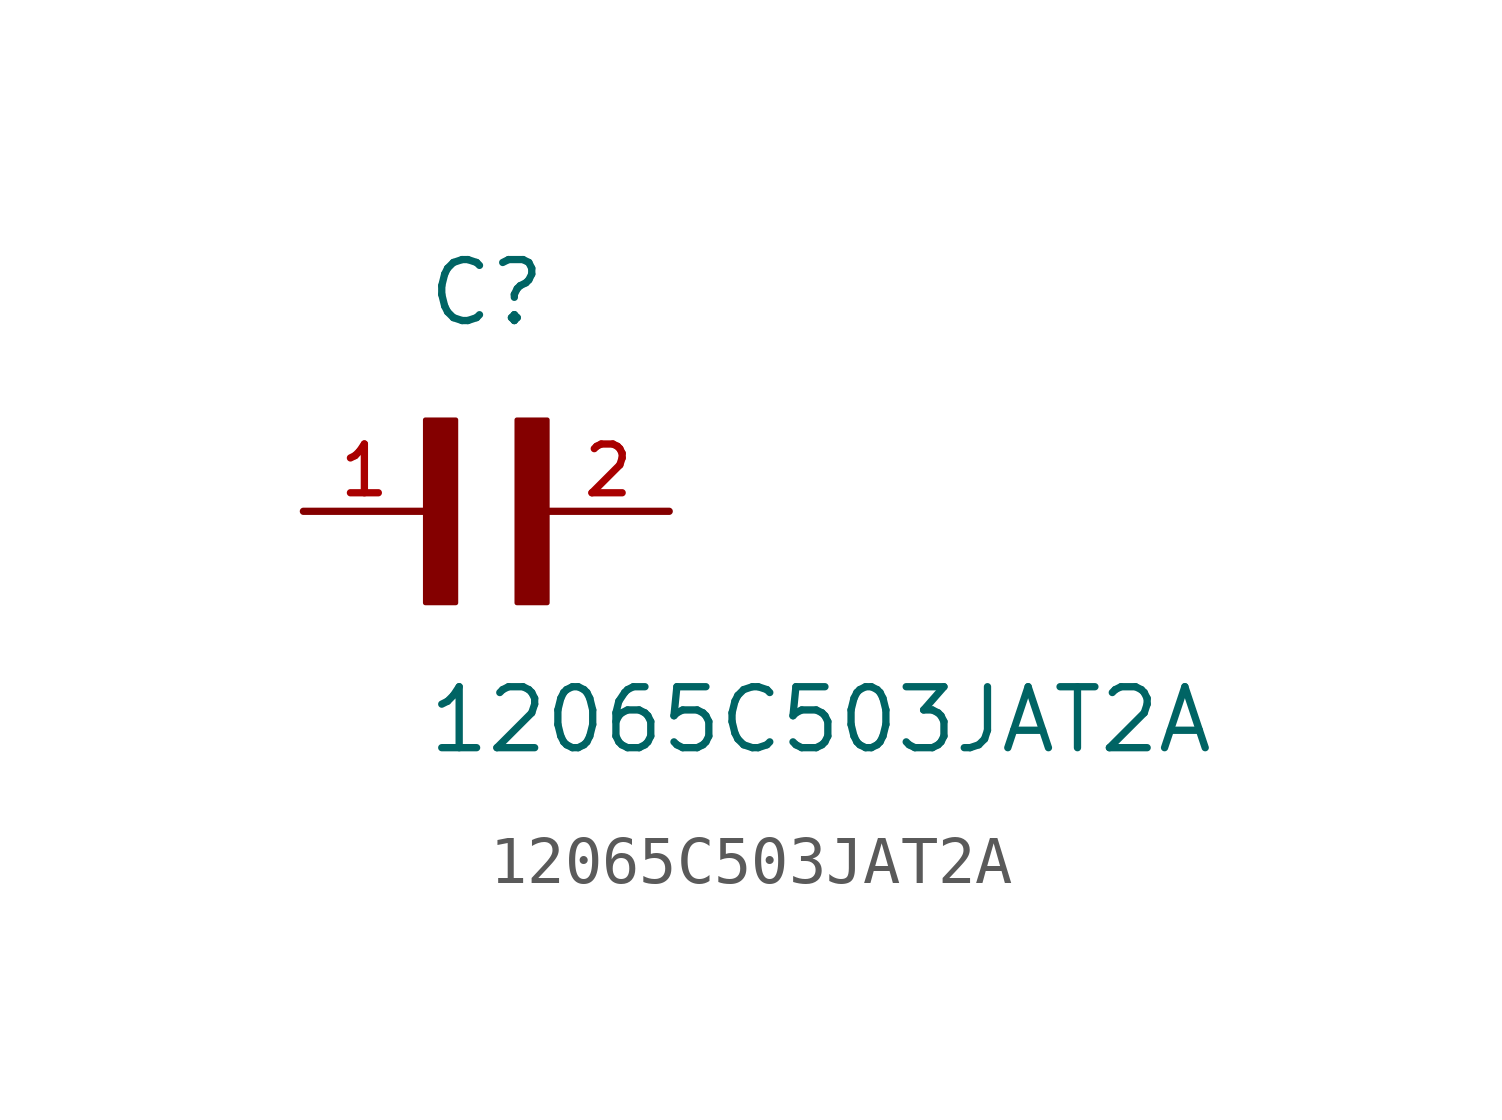
<source format=kicad_sym>
(kicad_symbol_lib
  (version 20211014)
  (generator kicad_symbol_editor)
  (symbol "12065C503JAT2A"
    (pin_names
      (offset 1.016))
    (property "Reference" "C"
      (at 0.0 3.811 0)
      (effects (font (size 1.27 1.27)) (justify bottom left)))
    (property "Value" "12065C503JAT2A"
      (at 0.0 -5.088 0)
      (effects (font (size 1.27 1.27)) (justify bottom left)))
    (symbol "12065C503JAT2A_0_0"
      (rectangle (start 0.0 -1.907) (end 0.635 1.905) (stroke (width 0.1)) (fill (type outline)))
      (rectangle (start 1.907 -1.907) (end 2.54 1.905) (stroke (width 0.1)) (fill (type outline)))
      (pin passive line (at 5.08 0.0 180.0) (length 2.54) (name "~" (effects (font (size 1.016 1.016)))) (number "2" (effects (font (size 1.016 1.016)))))
      (pin passive line (at -2.54 0.0 0) (length 2.54) (name "~" (effects (font (size 1.016 1.016)))) (number "1" (effects (font (size 1.016 1.016))))))))
</source>
